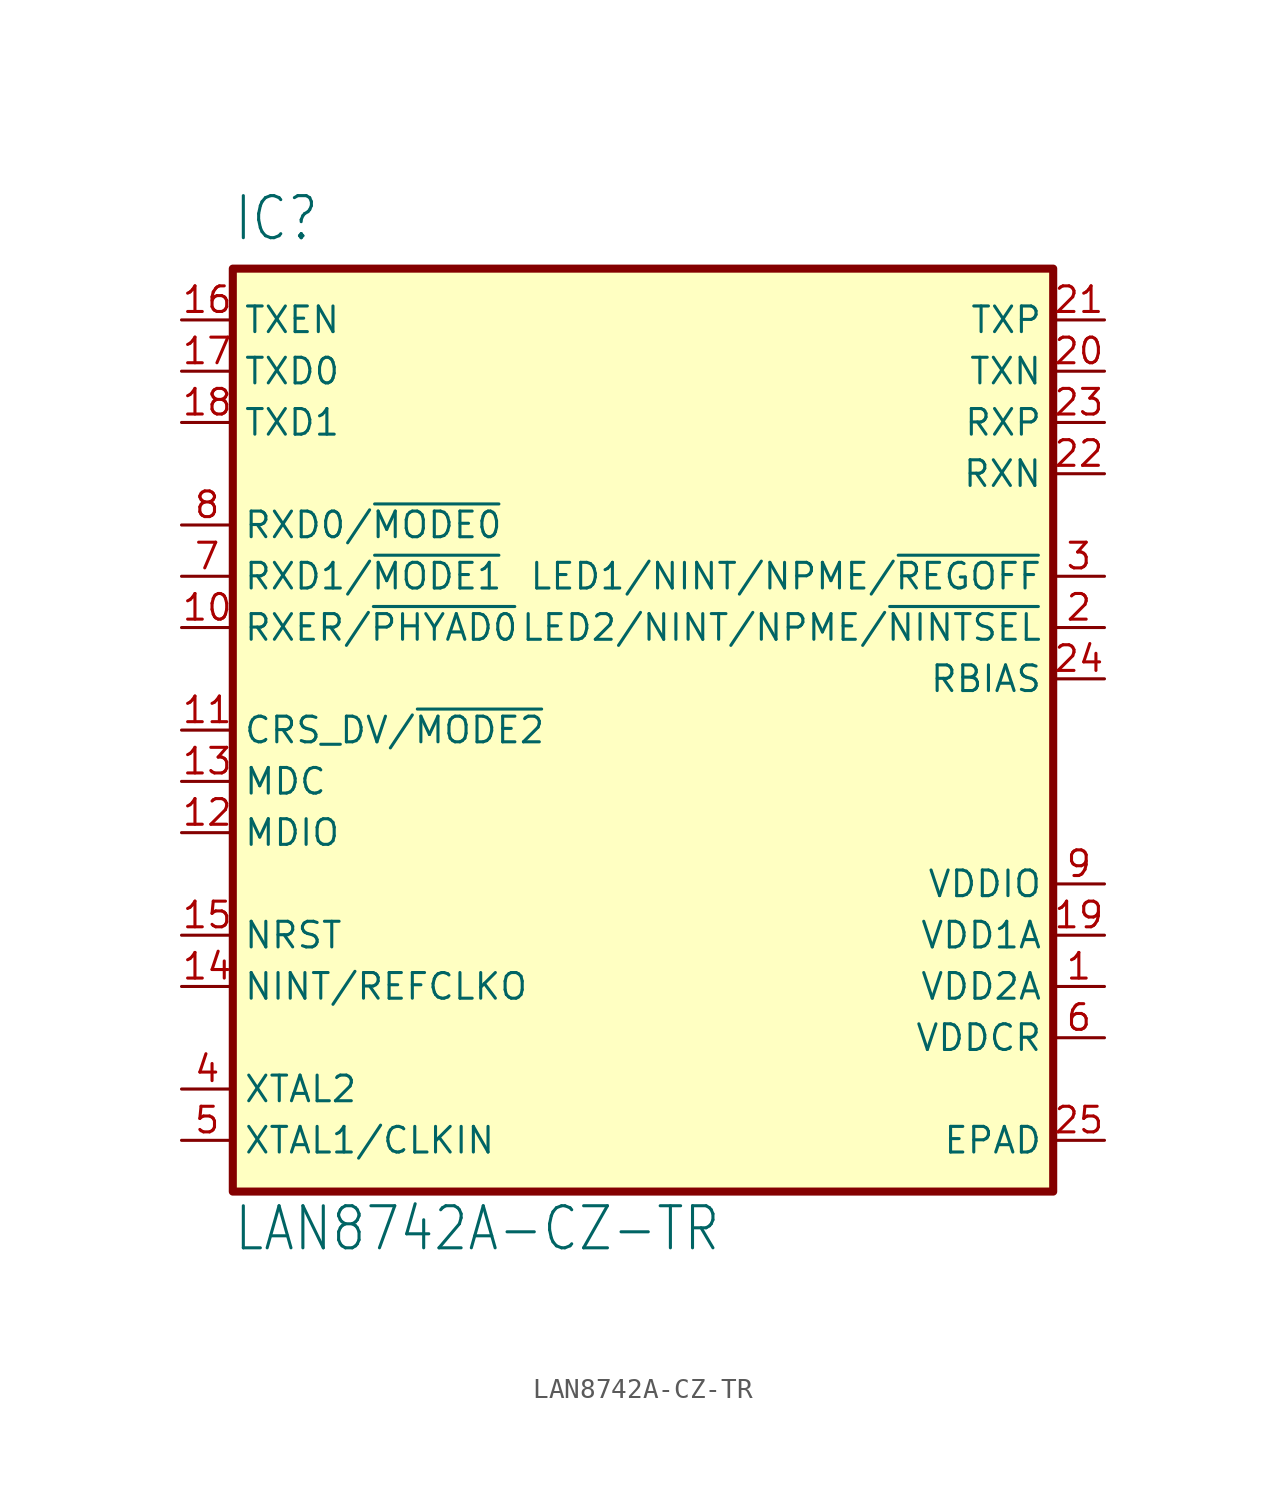
<source format=kicad_sym>
(kicad_symbol_lib
  (version 20220914)
  (generator kicad_symbol_editor)
  (symbol "LAN8742A-CZ-TR"
    (property "Reference" "IC"
      (at -20.32 24.13 0)
      (effects (font (size 2.083 1.77)) (justify left bottom)))
    (property "Value" "LAN8742A-CZ-TR"
      (at -20.32 -25.908 0)
      (effects (font (size 2.083 1.77)) (justify left bottom)))
    (symbol "LAN8742A-CZ-TR_1_0"
      (pin passive line (at 22.86 -12.7 180) (length 2.54) (name "VDD2A" (effects (font (size 1.27 1.27)))) (number "1" (effects (font (size 1.27 1.27)))))
      (pin bidirectional line (at -22.86 5.08 0) (length 2.54) (name "RXER/~{PHYAD0}" (effects (font (size 1.27 1.27)))) (number "10" (effects (font (size 1.27 1.27)))))
      (pin bidirectional line (at -22.86 0 0) (length 2.54) (name "CRS_DV/~{MODE2}" (effects (font (size 1.27 1.27)))) (number "11" (effects (font (size 1.27 1.27)))))
      (pin bidirectional line (at -22.86 -5.08 0) (length 2.54) (name "MDIO" (effects (font (size 1.27 1.27)))) (number "12" (effects (font (size 1.27 1.27)))))
      (pin input line (at -22.86 -2.54 0) (length 2.54) (name "MDC" (effects (font (size 1.27 1.27)))) (number "13" (effects (font (size 1.27 1.27)))))
      (pin output line (at -22.86 -12.7 0) (length 2.54) (name "NINT/REFCLKO" (effects (font (size 1.27 1.27)))) (number "14" (effects (font (size 1.27 1.27)))))
      (pin input line (at -22.86 -10.16 0) (length 2.54) (name "NRST" (effects (font (size 1.27 1.27)))) (number "15" (effects (font (size 1.27 1.27)))))
      (pin input line (at -22.86 20.32 0) (length 2.54) (name "TXEN" (effects (font (size 1.27 1.27)))) (number "16" (effects (font (size 1.27 1.27)))))
      (pin input line (at -22.86 17.78 0) (length 2.54) (name "TXD0" (effects (font (size 1.27 1.27)))) (number "17" (effects (font (size 1.27 1.27)))))
      (pin input line (at -22.86 15.24 0) (length 2.54) (name "TXD1" (effects (font (size 1.27 1.27)))) (number "18" (effects (font (size 1.27 1.27)))))
      (pin passive line (at 22.86 -10.16 180) (length 2.54) (name "VDD1A" (effects (font (size 1.27 1.27)))) (number "19" (effects (font (size 1.27 1.27)))))
      (pin bidirectional line (at 22.86 5.08 180) (length 2.54) (name "LED2/NINT/NPME/~{NINTSEL}" (effects (font (size 1.27 1.27)))) (number "2" (effects (font (size 1.27 1.27)))))
      (pin bidirectional line (at 22.86 17.78 180) (length 2.54) (name "TXN" (effects (font (size 1.27 1.27)))) (number "20" (effects (font (size 1.27 1.27)))))
      (pin bidirectional line (at 22.86 20.32 180) (length 2.54) (name "TXP" (effects (font (size 1.27 1.27)))) (number "21" (effects (font (size 1.27 1.27)))))
      (pin bidirectional line (at 22.86 12.7 180) (length 2.54) (name "RXN" (effects (font (size 1.27 1.27)))) (number "22" (effects (font (size 1.27 1.27)))))
      (pin bidirectional line (at 22.86 15.24 180) (length 2.54) (name "RXP" (effects (font (size 1.27 1.27)))) (number "23" (effects (font (size 1.27 1.27)))))
      (pin input line (at 22.86 2.54 180) (length 2.54) (name "RBIAS" (effects (font (size 1.27 1.27)))) (number "24" (effects (font (size 1.27 1.27)))))
      (pin passive line (at 22.86 -20.32 180) (length 2.54) (name "EPAD" (effects (font (size 1.27 1.27)))) (number "25" (effects (font (size 1.27 1.27)))))
      (pin bidirectional line (at 22.86 7.62 180) (length 2.54) (name "LED1/NINT/NPME/~{REGOFF}" (effects (font (size 1.27 1.27)))) (number "3" (effects (font (size 1.27 1.27)))))
      (pin output line (at -22.86 -17.78 0) (length 2.54) (name "XTAL2" (effects (font (size 1.27 1.27)))) (number "4" (effects (font (size 1.27 1.27)))))
      (pin input line (at -22.86 -20.32 0) (length 2.54) (name "XTAL1/CLKIN" (effects (font (size 1.27 1.27)))) (number "5" (effects (font (size 1.27 1.27)))))
      (pin passive line (at 22.86 -15.24 180) (length 2.54) (name "VDDCR" (effects (font (size 1.27 1.27)))) (number "6" (effects (font (size 1.27 1.27)))))
      (pin bidirectional line (at -22.86 7.62 0) (length 2.54) (name "RXD1/~{MODE1}" (effects (font (size 1.27 1.27)))) (number "7" (effects (font (size 1.27 1.27)))))
      (pin bidirectional line (at -22.86 10.16 0) (length 2.54) (name "RXD0/~{MODE0}" (effects (font (size 1.27 1.27)))) (number "8" (effects (font (size 1.27 1.27)))))
      (pin passive line (at 22.86 -7.62 180) (length 2.54) (name "VDDIO" (effects (font (size 1.27 1.27)))) (number "9" (effects (font (size 1.27 1.27))))))
    (symbol "LAN8742A-CZ-TR_1_1"
      (rectangle (start -20.32 22.86) (end 20.32 -22.86) (stroke (width 0.4) (type default)) (fill (type background))))))
</source>
